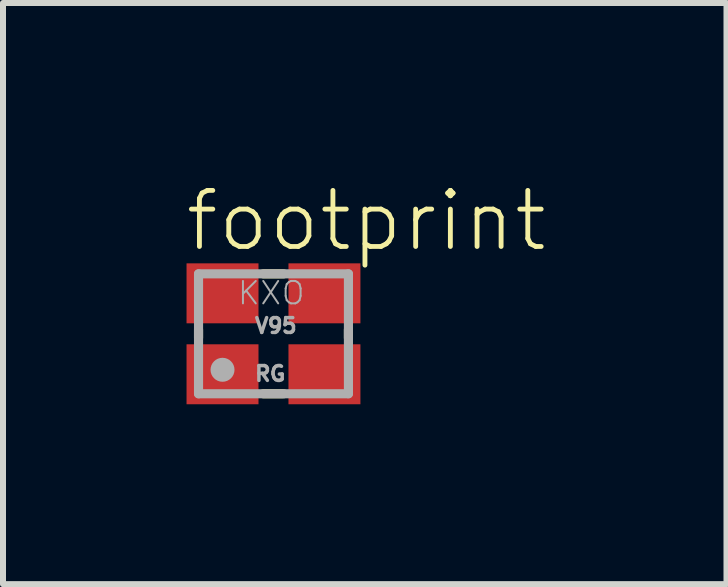
<source format=kicad_pcb>
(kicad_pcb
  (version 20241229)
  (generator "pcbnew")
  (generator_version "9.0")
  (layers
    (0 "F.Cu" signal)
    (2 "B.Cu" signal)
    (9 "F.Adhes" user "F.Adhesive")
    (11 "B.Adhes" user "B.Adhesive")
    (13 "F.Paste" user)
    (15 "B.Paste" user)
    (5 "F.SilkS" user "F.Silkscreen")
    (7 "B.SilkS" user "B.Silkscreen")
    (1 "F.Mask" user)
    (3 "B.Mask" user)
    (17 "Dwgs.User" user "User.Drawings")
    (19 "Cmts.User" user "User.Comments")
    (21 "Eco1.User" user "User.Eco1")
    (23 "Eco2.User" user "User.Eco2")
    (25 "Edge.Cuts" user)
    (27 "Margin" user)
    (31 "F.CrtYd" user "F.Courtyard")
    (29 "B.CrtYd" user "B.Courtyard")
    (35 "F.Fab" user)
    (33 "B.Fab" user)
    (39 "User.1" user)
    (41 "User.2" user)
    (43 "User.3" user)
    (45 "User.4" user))
  (footprint "footprint"
    (layer "F.Cu")
    (at 1.511 2.517)
    (property "Reference" "footprint" (at -1.511 -1.338 0) (layer "F.SilkS") (effects (font (size 0.935 0.935) (thickness 0.081)) (justify left bottom)))
    (fp_line (start -1.25 0.07) (end -1.25 -0.07) (stroke (width 0.152) (type solid)) (layer "F.SilkS"))
    (fp_line (start -0.17 -1) (end 0.17 -1) (stroke (width 0.152) (type solid)) (layer "F.SilkS"))
    (fp_line (start -0.17 1) (end 0.17 1) (stroke (width 0.152) (type solid)) (layer "F.SilkS"))
    (fp_line (start 1.25 0.07) (end 1.25 -0.07) (stroke (width 0.152) (type solid)) (layer "F.SilkS"))
    (fp_line (start -1.25 -1) (end -1.25 1) (stroke (width 0.152) (type solid)) (layer "F.Fab"))
    (fp_line (start -1.25 1) (end 1.25 1) (stroke (width 0.152) (type solid)) (layer "F.Fab"))
    (fp_line (start 1.25 -1) (end -1.25 -1) (stroke (width 0.152) (type solid)) (layer "F.Fab"))
    (fp_line (start 1.25 1) (end 1.25 -1) (stroke (width 0.152) (type solid)) (layer "F.Fab"))
    (fp_circle (center -0.85 0.6) (end -0.75 0.6) (stroke (width 0.2) (type solid)) (fill no) (layer "F.Fab"))
    (fp_text user "V95" (at -0.34 0.01 0) (layer "F.Fab") (effects (font (size 0.247 0.247) (thickness 0.058)) (justify left bottom)))
    (fp_text user "RG" (at -0.34 0.81 0) (layer "F.Fab") (effects (font (size 0.247 0.247) (thickness 0.058)) (justify left bottom)))
    (fp_text user "KXO" (at -0.62 -0.46 0) (layer "F.Fab") (effects (font (size 0.374 0.374) (thickness 0.033)) (justify left bottom)))
    (pad "1" smd rect (at -0.85 0.675) (size 1.2 1) (layers "F.Cu" "F.Mask" "F.Paste"))
    (pad "2" smd rect (at 0.85 0.675) (size 1.2 1) (layers "F.Cu" "F.Mask" "F.Paste"))
    (pad "3" smd rect (at 0.85 -0.675) (size 1.2 1) (layers "F.Cu" "F.Mask" "F.Paste"))
    (pad "4" smd rect (at -0.85 -0.675) (size 1.2 1) (layers "F.Cu" "F.Mask" "F.Paste")))
  (gr_rect
    (start -3 -3)
    (end 9.066 6.692)
    (stroke (width 0.1) (type default))
    (fill no)
    (layer "Edge.Cuts")))
</source>
